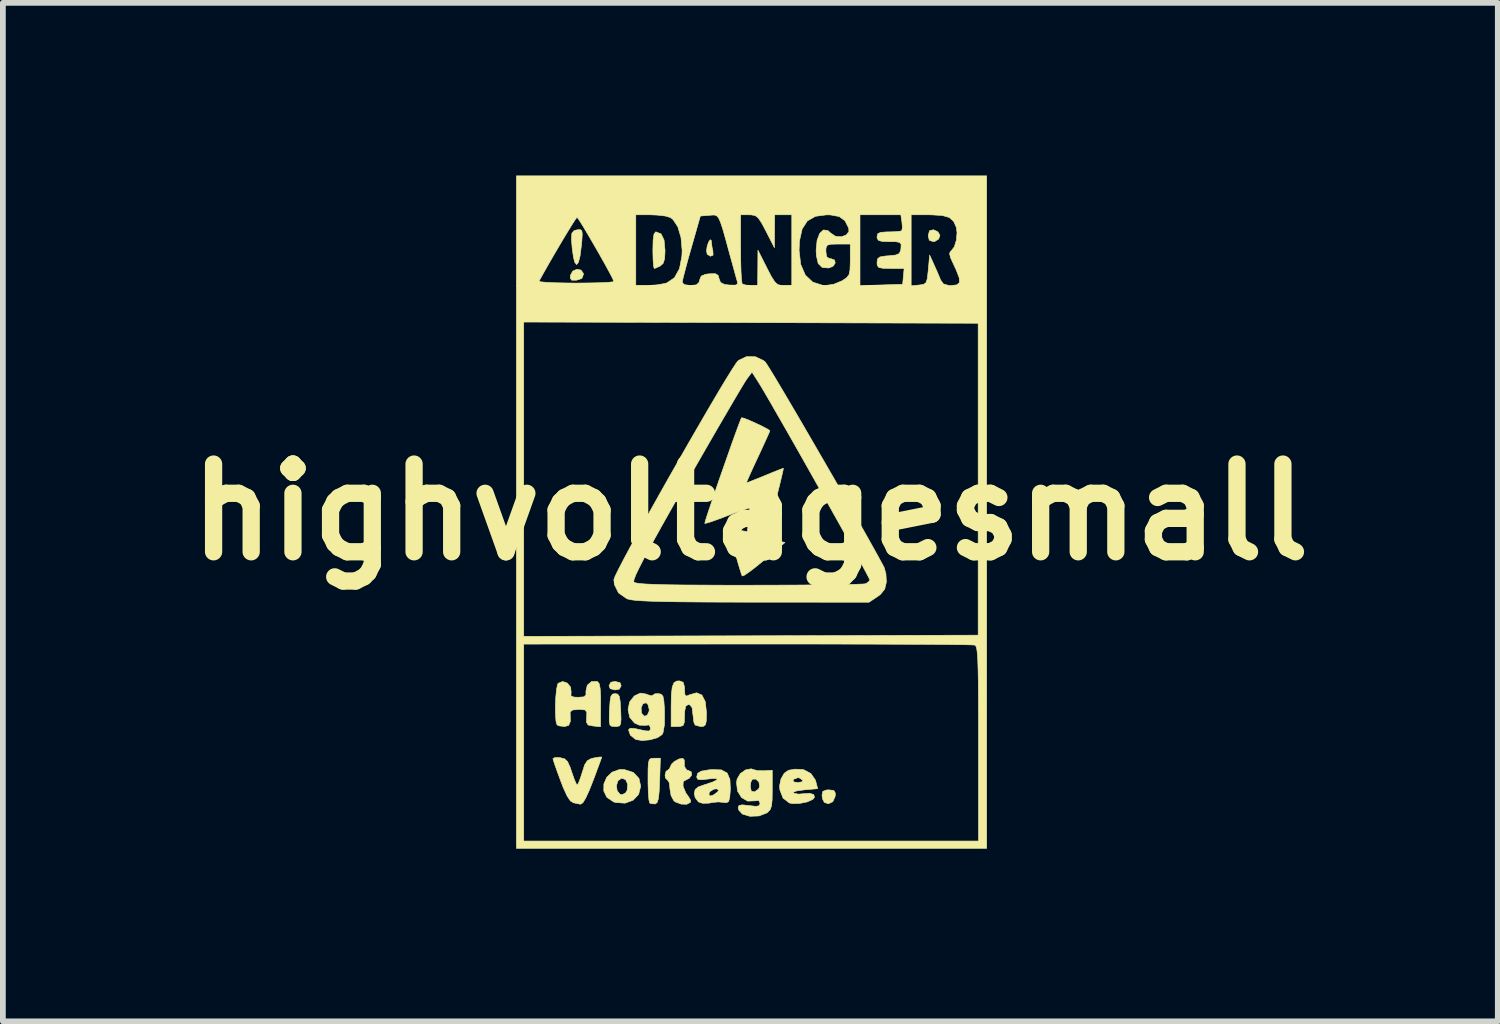
<source format=kicad_pcb>
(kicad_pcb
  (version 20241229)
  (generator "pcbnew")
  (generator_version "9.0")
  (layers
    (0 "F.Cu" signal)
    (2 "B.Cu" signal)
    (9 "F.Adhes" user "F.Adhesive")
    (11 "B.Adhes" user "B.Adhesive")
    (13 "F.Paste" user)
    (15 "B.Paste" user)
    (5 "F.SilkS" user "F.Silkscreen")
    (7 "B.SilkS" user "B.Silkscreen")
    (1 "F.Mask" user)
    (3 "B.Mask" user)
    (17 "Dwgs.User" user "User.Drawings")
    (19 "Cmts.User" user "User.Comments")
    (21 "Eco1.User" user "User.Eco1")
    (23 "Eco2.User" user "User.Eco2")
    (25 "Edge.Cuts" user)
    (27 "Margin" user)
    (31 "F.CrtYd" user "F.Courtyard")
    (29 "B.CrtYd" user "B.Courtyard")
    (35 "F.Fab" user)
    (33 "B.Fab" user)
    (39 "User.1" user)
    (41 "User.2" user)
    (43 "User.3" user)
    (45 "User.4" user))
  (footprint "highvoltagesmall"
    (layer "F.Cu")
    (at 9.986 5.847)
    (property "Reference" "highvoltagesmall" (at 0 0 0) (layer "F.SilkS") (effects (font (size 1.524 1.524) (thickness 0.3))))
    (attr through_hole)
    (fp_poly (pts (xy -2.264 2.964) (xy -2.244 3.016) (xy -2.276 3.076) (xy -2.349 3.09) (xy -2.435 3.068) (xy -2.455 3.016) (xy -2.423 2.956) (xy -2.349 2.942) (xy -2.264 2.964)) (stroke (width 0.01) (type solid)) (fill yes) (layer "F.SilkS"))
    (fp_poly (pts (xy 3.255 -4.872) (xy 3.294 -4.811) (xy 3.272 -4.744) (xy 3.204 -4.702) (xy 3.176 -4.699) (xy 3.109 -4.723) (xy 3.09 -4.805) (xy 3.114 -4.89) (xy 3.183 -4.905) (xy 3.255 -4.872)) (stroke (width 0.01) (type solid)) (fill yes) (layer "F.SilkS"))
    (fp_poly (pts (xy -2.942 -4.205) (xy -2.901 -4.147) (xy -2.9 -4.128) (xy -2.927 -4.059) (xy -3.019 -4.029) (xy -3.02 -4.029) (xy -3.104 -4.029) (xy -3.129 -4.067) (xy -3.125 -4.114) (xy -3.086 -4.187) (xy -3.014 -4.218) (xy -2.942 -4.205)) (stroke (width 0.01) (type solid)) (fill yes) (layer "F.SilkS"))
    (fp_poly (pts (xy -0.68 -4.722) (xy -0.677 -4.699) (xy -0.666 -4.607) (xy -0.651 -4.54) (xy -0.647 -4.465) (xy -0.694 -4.445) (xy -0.75 -4.481) (xy -0.761 -4.54) (xy -0.75 -4.62) (xy -0.725 -4.691) (xy -0.698 -4.732) (xy -0.68 -4.722)) (stroke (width 0.01) (type solid)) (fill yes) (layer "F.SilkS"))
    (fp_poly (pts (xy 1.451 4.836) (xy 1.477 4.883) (xy 1.474 4.939) (xy 1.433 5.031) (xy 1.357 5.067) (xy 1.286 5.044) (xy 1.255 4.984) (xy 1.245 4.921) (xy 1.259 4.852) (xy 1.323 4.828) (xy 1.365 4.826) (xy 1.451 4.836)) (stroke (width 0.01) (type solid)) (fill yes) (layer "F.SilkS"))
    (fp_poly (pts (xy -2.928 -4.89) (xy -2.92 -4.831) (xy -2.927 -4.714) (xy -2.935 -4.632) (xy -2.958 -4.45) (xy -2.987 -4.338) (xy -3.018 -4.3) (xy -3.05 -4.339) (xy -3.073 -4.429) (xy -3.095 -4.582) (xy -3.107 -4.733) (xy -3.108 -4.741) (xy -3.101 -4.844) (xy -3.063 -4.89) (xy -3.01 -4.904) (xy -2.956 -4.908) (xy -2.928 -4.89)) (stroke (width 0.01) (type solid)) (fill yes) (layer "F.SilkS"))
    (fp_poly (pts (xy -1.55 -4.833) (xy -1.499 -4.726) (xy -1.482 -4.544) (xy -1.482 -4.544) (xy -1.489 -4.402) (xy -1.515 -4.321) (xy -1.564 -4.277) (xy -1.639 -4.242) (xy -1.669 -4.233) (xy -1.681 -4.272) (xy -1.689 -4.375) (xy -1.693 -4.521) (xy -1.693 -4.551) (xy -1.689 -4.726) (xy -1.674 -4.828) (xy -1.647 -4.867) (xy -1.638 -4.868) (xy -1.55 -4.833)) (stroke (width 0.01) (type solid)) (fill yes) (layer "F.SilkS"))
    (fp_poly (pts (xy -2.304 3.163) (xy -2.276 3.203) (xy -2.261 3.292) (xy -2.252 3.44) (xy -2.247 3.591) (xy -2.252 3.676) (xy -2.274 3.715) (xy -2.32 3.725) (xy -2.349 3.725) (xy -2.407 3.722) (xy -2.439 3.698) (xy -2.451 3.636) (xy -2.45 3.517) (xy -2.447 3.44) (xy -2.437 3.287) (xy -2.422 3.2) (xy -2.394 3.162) (xy -2.349 3.154) (xy -2.304 3.163)) (stroke (width 0.01) (type solid)) (fill yes) (layer "F.SilkS"))
    (fp_poly (pts (xy -1.575 4.667) (xy -1.584 4.858) (xy -1.598 4.98) (xy -1.619 5.045) (xy -1.651 5.07) (xy -1.653 5.07) (xy -1.728 5.065) (xy -1.748 5.053) (xy -1.762 5) (xy -1.772 4.883) (xy -1.777 4.724) (xy -1.778 4.65) (xy -1.777 4.471) (xy -1.771 4.361) (xy -1.756 4.303) (xy -1.727 4.28) (xy -1.678 4.276) (xy -1.671 4.276) (xy -1.563 4.276) (xy -1.575 4.667)) (stroke (width 0.01) (type solid)) (fill yes) (layer "F.SilkS"))
    (fp_poly (pts (xy -2.193 4.472) (xy -2.033 4.523) (xy -1.935 4.627) (xy -1.905 4.763) (xy -1.941 4.905) (xy -2.038 5.006) (xy -2.177 5.057) (xy -2.34 5.045) (xy -2.378 5.033) (xy -2.493 4.955) (xy -2.546 4.846) (xy -2.545 4.752) (xy -2.326 4.752) (xy -2.314 4.841) (xy -2.265 4.901) (xy -2.227 4.911) (xy -2.164 4.876) (xy -2.14 4.832) (xy -2.131 4.726) (xy -2.167 4.648) (xy -2.234 4.623) (xy -2.238 4.623) (xy -2.301 4.669) (xy -2.326 4.752) (xy -2.545 4.752) (xy -2.545 4.724) (xy -2.495 4.608) (xy -2.402 4.518) (xy -2.273 4.472) (xy -2.193 4.472)) (stroke (width 0.01) (type solid)) (fill yes) (layer "F.SilkS"))
    (fp_poly (pts (xy -1.148 4.307) (xy -1.148 4.307) (xy -1.146 4.419) (xy -1.105 4.481) (xy -1.079 4.487) (xy -1.025 4.514) (xy -1.021 4.571) (xy -1.064 4.627) (xy -1.104 4.645) (xy -1.166 4.681) (xy -1.169 4.756) (xy -1.165 4.773) (xy -1.12 4.881) (xy -1.077 4.94) (xy -1.037 5.007) (xy -1.039 5.041) (xy -1.104 5.076) (xy -1.204 5.073) (xy -1.301 5.036) (xy -1.33 5.013) (xy -1.377 4.926) (xy -1.397 4.807) (xy -1.397 4.802) (xy -1.408 4.705) (xy -1.434 4.658) (xy -1.439 4.657) (xy -1.474 4.621) (xy -1.482 4.572) (xy -1.464 4.503) (xy -1.439 4.487) (xy -1.399 4.454) (xy -1.397 4.439) (xy -1.367 4.377) (xy -1.323 4.335) (xy -1.24 4.289) (xy -1.172 4.278) (xy -1.148 4.307)) (stroke (width 0.01) (type solid)) (fill yes) (layer "F.SilkS"))
    (fp_poly (pts (xy -1.167 2.957) (xy -1.145 3.033) (xy -1.143 3.08) (xy -1.137 3.172) (xy -1.111 3.197) (xy -1.061 3.176) (xy -0.935 3.139) (xy -0.842 3.178) (xy -0.783 3.293) (xy -0.762 3.48) (xy -0.762 3.496) (xy -0.765 3.628) (xy -0.78 3.696) (xy -0.816 3.722) (xy -0.868 3.725) (xy -0.958 3.7) (xy -0.981 3.651) (xy -0.993 3.548) (xy -0.998 3.514) (xy -1.009 3.42) (xy -1.012 3.397) (xy -1.05 3.35) (xy -1.079 3.344) (xy -1.121 3.369) (xy -1.14 3.454) (xy -1.143 3.535) (xy -1.147 3.652) (xy -1.168 3.708) (xy -1.221 3.724) (xy -1.259 3.725) (xy -1.376 3.725) (xy -1.376 3.376) (xy -1.372 3.172) (xy -1.357 3.04) (xy -1.327 2.965) (xy -1.277 2.935) (xy -1.227 2.933) (xy -1.167 2.957)) (stroke (width 0.01) (type solid)) (fill yes) (layer "F.SilkS"))
    (fp_poly (pts (xy -2.582 4.256) (xy -2.596 4.299) (xy -2.633 4.401) (xy -2.687 4.546) (xy -2.715 4.621) (xy -2.798 4.833) (xy -2.862 4.972) (xy -2.91 5.05) (xy -2.95 5.075) (xy -2.958 5.074) (xy -3.017 5.062) (xy -3.071 5.051) (xy -3.125 5.019) (xy -3.182 4.935) (xy -3.25 4.787) (xy -3.293 4.675) (xy -3.353 4.513) (xy -3.4 4.38) (xy -3.426 4.298) (xy -3.429 4.282) (xy -3.393 4.264) (xy -3.306 4.266) (xy -3.303 4.267) (xy -3.226 4.287) (xy -3.174 4.337) (xy -3.13 4.436) (xy -3.104 4.513) (xy -3.061 4.637) (xy -3.025 4.72) (xy -3.008 4.741) (xy -2.984 4.704) (xy -2.948 4.609) (xy -2.92 4.521) (xy -2.878 4.39) (xy -2.832 4.319) (xy -2.766 4.283) (xy -2.72 4.272) (xy -2.627 4.256) (xy -2.583 4.255) (xy -2.582 4.256)) (stroke (width 0.01) (type solid)) (fill yes) (layer "F.SilkS"))
    (fp_poly (pts (xy 0.924 4.474) (xy 1.052 4.542) (xy 1.13 4.655) (xy 1.135 4.671) (xy 1.17 4.805) (xy 0.934 4.826) (xy 0.805 4.844) (xy 0.747 4.865) (xy 0.752 4.882) (xy 0.832 4.9) (xy 0.922 4.893) (xy 1.033 4.885) (xy 1.103 4.909) (xy 1.114 4.956) (xy 1.085 4.991) (xy 0.989 5.035) (xy 0.854 5.062) (xy 0.725 5.063) (xy 0.677 5.053) (xy 0.568 4.968) (xy 0.513 4.826) (xy 0.508 4.757) (xy 0.528 4.657) (xy 0.741 4.657) (xy 0.756 4.688) (xy 0.826 4.699) (xy 0.899 4.686) (xy 0.91 4.657) (xy 0.849 4.617) (xy 0.826 4.614) (xy 0.754 4.641) (xy 0.741 4.657) (xy 0.528 4.657) (xy 0.532 4.637) (xy 0.59 4.536) (xy 0.664 4.485) (xy 0.67 4.484) (xy 0.732 4.474) (xy 0.776 4.466) (xy 0.924 4.474)) (stroke (width 0.01) (type solid)) (fill yes) (layer "F.SilkS"))
    (fp_poly (pts (xy -0.503 4.479) (xy -0.402 4.534) (xy -0.354 4.647) (xy -0.347 4.819) (xy -0.358 4.955) (xy -0.376 5.025) (xy -0.411 5.048) (xy -0.445 5.046) (xy -0.554 5.035) (xy -0.653 5.044) (xy -0.72 5.057) (xy -0.83 5.059) (xy -0.9 5.036) (xy -0.958 4.961) (xy -0.972 4.896) (xy -0.72 4.896) (xy -0.704 4.934) (xy -0.643 4.915) (xy -0.635 4.911) (xy -0.568 4.861) (xy -0.55 4.828) (xy -0.584 4.808) (xy -0.635 4.814) (xy -0.704 4.857) (xy -0.72 4.896) (xy -0.972 4.896) (xy -0.974 4.889) (xy -0.958 4.819) (xy -0.899 4.772) (xy -0.794 4.736) (xy -0.653 4.689) (xy -0.581 4.653) (xy -0.581 4.631) (xy -0.656 4.628) (xy -0.73 4.637) (xy -0.853 4.65) (xy -0.913 4.642) (xy -0.931 4.606) (xy -0.931 4.597) (xy -0.914 4.537) (xy -0.853 4.501) (xy -0.729 4.479) (xy -0.664 4.473) (xy -0.503 4.479)) (stroke (width 0.01) (type solid)) (fill yes) (layer "F.SilkS"))
    (fp_poly (pts (xy -2.657 2.944) (xy -2.627 2.978) (xy -2.609 3.062) (xy -2.601 3.208) (xy -2.601 3.348) (xy -2.603 3.729) (xy -2.731 3.716) (xy -2.817 3.699) (xy -2.847 3.652) (xy -2.844 3.567) (xy -2.841 3.476) (xy -2.871 3.437) (xy -2.959 3.429) (xy -2.984 3.429) (xy -3.088 3.438) (xy -3.129 3.471) (xy -3.13 3.503) (xy -3.127 3.636) (xy -3.156 3.705) (xy -3.224 3.725) (xy -3.231 3.725) (xy -3.32 3.714) (xy -3.358 3.697) (xy -3.376 3.637) (xy -3.385 3.519) (xy -3.387 3.369) (xy -3.38 3.214) (xy -3.367 3.079) (xy -3.348 2.991) (xy -3.339 2.975) (xy -3.26 2.943) (xy -3.18 2.971) (xy -3.122 3.042) (xy -3.113 3.135) (xy -3.115 3.143) (xy -3.116 3.194) (xy -3.063 3.214) (xy -2.991 3.217) (xy -2.893 3.21) (xy -2.856 3.178) (xy -2.856 3.11) (xy -2.833 3.008) (xy -2.759 2.944) (xy -2.66 2.943) (xy -2.657 2.944)) (stroke (width 0.01) (type solid)) (fill yes) (layer "F.SilkS"))
    (fp_poly (pts (xy 0.055 4.474) (xy 0.128 4.492) (xy 0.238 4.494) (xy 0.242 4.494) (xy 0.381 4.485) (xy 0.381 4.822) (xy 0.379 4.995) (xy 0.368 5.104) (xy 0.344 5.17) (xy 0.302 5.215) (xy 0.287 5.226) (xy 0.151 5.279) (xy -0.008 5.285) (xy -0.138 5.246) (xy -0.199 5.18) (xy -0.212 5.137) (xy -0.197 5.097) (xy -0.14 5.086) (xy -0.021 5.099) (xy 0.097 5.112) (xy 0.154 5.101) (xy 0.169 5.062) (xy 0.169 5.059) (xy 0.147 5.01) (xy 0.085 5.016) (xy -0.046 5.021) (xy -0.153 4.959) (xy -0.223 4.846) (xy -0.232 4.768) (xy 0 4.768) (xy 0.016 4.847) (xy 0.072 4.861) (xy 0.074 4.86) (xy 0.143 4.812) (xy 0.162 4.767) (xy 0.149 4.689) (xy 0.095 4.638) (xy 0.034 4.641) (xy 0.008 4.695) (xy 0 4.768) (xy -0.232 4.768) (xy -0.24 4.701) (xy -0.23 4.639) (xy -0.175 4.544) (xy -0.083 4.479) (xy 0.014 4.46) (xy 0.055 4.474)) (stroke (width 0.01) (type solid)) (fill yes) (layer "F.SilkS"))
    (fp_poly (pts (xy -1.819 3.159) (xy -1.797 3.168) (xy -1.722 3.192) (xy -1.693 3.181) (xy -1.658 3.157) (xy -1.598 3.154) (xy -1.549 3.164) (xy -1.519 3.197) (xy -1.503 3.272) (xy -1.493 3.407) (xy -1.491 3.475) (xy -1.492 3.692) (xy -1.516 3.829) (xy -1.534 3.866) (xy -1.614 3.919) (xy -1.741 3.956) (xy -1.878 3.969) (xy -1.989 3.951) (xy -1.99 3.951) (xy -2.084 3.876) (xy -2.116 3.783) (xy -2.088 3.755) (xy -1.995 3.763) (xy -1.958 3.771) (xy -1.83 3.799) (xy -1.764 3.804) (xy -1.739 3.784) (xy -1.736 3.744) (xy -1.759 3.698) (xy -1.822 3.705) (xy -1.929 3.702) (xy -2.013 3.664) (xy -2.096 3.565) (xy -2.124 3.433) (xy -2.117 3.397) (xy -1.897 3.397) (xy -1.892 3.486) (xy -1.888 3.496) (xy -1.843 3.546) (xy -1.792 3.53) (xy -1.759 3.461) (xy -1.757 3.429) (xy -1.777 3.345) (xy -1.81 3.313) (xy -1.865 3.328) (xy -1.897 3.397) (xy -2.117 3.397) (xy -2.098 3.299) (xy -2.017 3.196) (xy -2.009 3.191) (xy -1.911 3.145) (xy -1.819 3.159)) (stroke (width 0.01) (type solid)) (fill yes) (layer "F.SilkS"))
    (fp_poly (pts (xy -0.11 -1.631) (xy -0.019 -1.595) (xy 0.097 -1.543) (xy 0.213 -1.488) (xy 0.301 -1.441) (xy 0.339 -1.414) (xy 0.339 -1.413) (xy 0.322 -1.369) (xy 0.275 -1.265) (xy 0.207 -1.116) (xy 0.13 -0.95) (xy 0.049 -0.777) (xy -0.015 -0.635) (xy -0.056 -0.541) (xy -0.066 -0.508) (xy -0.024 -0.523) (xy 0.076 -0.563) (xy 0.216 -0.619) (xy 0.254 -0.635) (xy 0.4 -0.695) (xy 0.512 -0.739) (xy 0.57 -0.761) (xy 0.574 -0.762) (xy 0.568 -0.724) (xy 0.544 -0.618) (xy 0.506 -0.46) (xy 0.457 -0.265) (xy 0.441 -0.204) (xy 0.388 0.004) (xy 0.344 0.185) (xy 0.312 0.321) (xy 0.297 0.395) (xy 0.296 0.402) (xy 0.333 0.443) (xy 0.424 0.483) (xy 0.449 0.49) (xy 0.601 0.529) (xy 0.239 0.835) (xy 0.093 0.954) (xy -0.028 1.046) (xy -0.111 1.101) (xy -0.142 1.11) (xy -0.161 1.058) (xy -0.196 0.945) (xy -0.24 0.793) (xy -0.254 0.743) (xy -0.301 0.579) (xy -0.341 0.442) (xy -0.368 0.356) (xy -0.371 0.345) (xy -0.372 0.308) (xy -0.321 0.299) (xy -0.224 0.311) (xy -0.054 0.338) (xy -0.027 0.141) (xy -0.013 0.022) (xy -0.01 -0.055) (xy -0.013 -0.07) (xy -0.055 -0.061) (xy -0.159 -0.027) (xy -0.305 0.027) (xy -0.401 0.064) (xy -0.564 0.126) (xy -0.695 0.172) (xy -0.775 0.195) (xy -0.791 0.196) (xy -0.782 0.155) (xy -0.748 0.048) (xy -0.695 -0.111) (xy -0.628 -0.309) (xy -0.552 -0.532) (xy -0.47 -0.766) (xy -0.389 -0.997) (xy -0.313 -1.213) (xy -0.246 -1.398) (xy -0.194 -1.539) (xy -0.161 -1.623) (xy -0.152 -1.64) (xy -0.11 -1.631)) (stroke (width 0.01) (type solid)) (fill yes) (layer "F.SilkS"))
    (fp_poly (pts (xy 0.09 -2.699) (xy 0.232 -2.631) (xy 0.259 -2.608) (xy 0.294 -2.557) (xy 0.366 -2.442) (xy 0.469 -2.271) (xy 0.599 -2.052) (xy 0.75 -1.796) (xy 0.917 -1.51) (xy 1.095 -1.204) (xy 1.279 -0.886) (xy 1.464 -0.566) (xy 1.644 -0.251) (xy 1.815 0.048) (xy 1.972 0.324) (xy 2.108 0.567) (xy 2.22 0.768) (xy 2.302 0.919) (xy 2.326 0.965) (xy 2.356 1.074) (xy 2.363 1.207) (xy 2.363 1.218) (xy 2.334 1.34) (xy 2.258 1.432) (xy 2.206 1.47) (xy 2.062 1.566) (xy 0.025 1.565) (xy -0.464 1.564) (xy -0.875 1.562) (xy -1.215 1.559) (xy -1.49 1.555) (xy -1.708 1.549) (xy -1.874 1.542) (xy -1.997 1.533) (xy -2.082 1.522) (xy -2.136 1.508) (xy -2.145 1.505) (xy -2.29 1.404) (xy -2.362 1.259) (xy -2.367 1.212) (xy -2.026 1.212) (xy -2.024 1.216) (xy -1.996 1.229) (xy -1.932 1.24) (xy -1.825 1.249) (xy -1.669 1.256) (xy -1.459 1.262) (xy -1.187 1.266) (xy -0.849 1.268) (xy -0.437 1.27) (xy -0.019 1.27) (xy 0.382 1.269) (xy 0.758 1.268) (xy 1.101 1.265) (xy 1.402 1.262) (xy 1.652 1.258) (xy 1.842 1.254) (xy 1.964 1.249) (xy 2.007 1.244) (xy 2.066 1.2) (xy 2.074 1.174) (xy 2.054 1.131) (xy 1.997 1.023) (xy 1.908 0.859) (xy 1.792 0.648) (xy 1.654 0.4) (xy 1.499 0.122) (xy 1.332 -0.175) (xy 1.158 -0.483) (xy 0.983 -0.794) (xy 0.811 -1.098) (xy 0.647 -1.386) (xy 0.496 -1.649) (xy 0.364 -1.879) (xy 0.255 -2.067) (xy 0.174 -2.203) (xy 0.136 -2.264) (xy 0.029 -2.432) (xy -0.06 -2.314) (xy -0.099 -2.254) (xy -0.175 -2.128) (xy -0.283 -1.945) (xy -0.42 -1.711) (xy -0.58 -1.437) (xy -0.758 -1.128) (xy -0.95 -0.794) (xy -1.109 -0.518) (xy -1.35 -0.094) (xy -1.55 0.261) (xy -1.712 0.553) (xy -1.838 0.785) (xy -1.929 0.963) (xy -1.99 1.09) (xy -2.021 1.172) (xy -2.026 1.212) (xy -2.367 1.212) (xy -2.371 1.173) (xy -2.35 1.116) (xy -2.291 0.995) (xy -2.2 0.819) (xy -2.08 0.595) (xy -1.937 0.333) (xy -1.776 0.042) (xy -1.601 -0.271) (xy -1.418 -0.596) (xy -1.231 -0.924) (xy -1.046 -1.247) (xy -0.867 -1.556) (xy -0.7 -1.843) (xy -0.549 -2.099) (xy -0.419 -2.315) (xy -0.315 -2.482) (xy -0.242 -2.593) (xy -0.207 -2.635) (xy -0.067 -2.701) (xy 0.09 -2.699)) (stroke (width 0.01) (type solid)) (fill yes) (layer "F.SilkS"))
    (fp_poly (pts (xy 4.106 5.842) (xy -4.064 5.842) (xy -4.064 2.293) (xy -3.937 2.293) (xy -3.937 5.715) (xy 3.964 5.715) (xy 3.964 4.022) (xy 3.964 3.595) (xy 3.963 3.246) (xy 3.961 2.965) (xy 3.957 2.747) (xy 3.952 2.583) (xy 3.945 2.465) (xy 3.935 2.386) (xy 3.923 2.339) (xy 3.909 2.316) (xy 3.898 2.31) (xy 3.846 2.307) (xy 3.717 2.304) (xy 3.514 2.302) (xy 3.245 2.299) (xy 2.916 2.297) (xy 2.532 2.296) (xy 2.1 2.294) (xy 1.626 2.293) (xy 1.115 2.292) (xy 0.574 2.292) (xy 0.009 2.292) (xy -0.053 2.292) (xy -3.937 2.293) (xy -4.064 2.293) (xy -4.064 2.159) (xy -3.937 2.159) (xy 0.011 2.149) (xy 3.958 2.138) (xy 3.958 -3.281) (xy 0.011 -3.292) (xy -3.937 -3.302) (xy -3.937 2.159) (xy -4.064 2.159) (xy -4.064 -4.011) (xy -3.671 -4.011) (xy -3.637 -4) (xy -3.532 -3.991) (xy -3.371 -3.984) (xy -3.166 -3.98) (xy -3.029 -3.979) (xy -2.804 -3.981) (xy -2.612 -3.985) (xy -2.467 -3.992) (xy -2.385 -4.001) (xy -2.371 -4.006) (xy -2.39 -4.054) (xy -2.444 -4.158) (xy -2.522 -4.301) (xy -2.616 -4.468) (xy -2.717 -4.644) (xy -2.815 -4.812) (xy -2.902 -4.958) (xy -2.969 -5.065) (xy -3.007 -5.119) (xy -3.011 -5.122) (xy -3.038 -5.087) (xy -3.098 -4.994) (xy -3.182 -4.857) (xy -3.282 -4.691) (xy -3.389 -4.509) (xy -3.494 -4.328) (xy -3.589 -4.161) (xy -3.665 -4.024) (xy -3.671 -4.011) (xy -4.064 -4.011) (xy -4.064 -5.165) (xy -1.99 -5.165) (xy -1.99 -3.937) (xy -1.784 -3.937) (xy -1.63 -3.947) (xy -1.488 -3.971) (xy -1.449 -3.982) (xy -1.438 -3.99) (xy -1.184 -3.99) (xy -1.147 -3.952) (xy -1.044 -3.937) (xy -1.04 -3.937) (xy -0.937 -3.948) (xy -0.891 -3.991) (xy -0.881 -4.032) (xy -0.854 -4.1) (xy -0.78 -4.132) (xy -0.712 -4.14) (xy -0.607 -4.142) (xy -0.559 -4.113) (xy -0.543 -4.056) (xy -0.517 -3.989) (xy -0.449 -3.956) (xy -0.367 -3.945) (xy -0.263 -3.942) (xy -0.223 -3.961) (xy -0.227 -4.008) (xy -0.248 -4.081) (xy -0.284 -4.213) (xy -0.331 -4.383) (xy -0.36 -4.487) (xy -0.428 -4.738) (xy -0.479 -4.918) (xy -0.519 -5.039) (xy -0.553 -5.113) (xy -0.588 -5.15) (xy -0.629 -5.162) (xy -0.682 -5.159) (xy -0.713 -5.156) (xy -0.868 -5.144) (xy -1.025 -4.593) (xy -1.084 -4.387) (xy -1.132 -4.207) (xy -1.167 -4.072) (xy -1.183 -3.997) (xy -1.184 -3.99) (xy -1.438 -3.99) (xy -1.319 -4.071) (xy -1.231 -4.229) (xy -1.189 -4.449) (xy -1.185 -4.548) (xy -1.205 -4.772) (xy -1.26 -4.957) (xy -1.344 -5.084) (xy -1.391 -5.119) (xy -1.478 -5.144) (xy -1.616 -5.16) (xy -1.733 -5.165) (xy -0.169 -5.165) (xy -0.169 -4.579) (xy -0.167 -4.364) (xy -0.162 -4.181) (xy -0.154 -4.045) (xy -0.144 -3.972) (xy -0.141 -3.965) (xy -0.082 -3.945) (xy 0.007 -3.937) (xy 0.127 -3.937) (xy 0.13 -4.244) (xy 0.132 -4.551) (xy 0.287 -4.244) (xy 0.366 -4.091) (xy 0.425 -4) (xy 0.476 -3.954) (xy 0.536 -3.938) (xy 0.581 -3.937) (xy 0.72 -3.937) (xy 0.72 -4.546) (xy 0.847 -4.546) (xy 0.875 -4.303) (xy 0.955 -4.118) (xy 1.085 -3.995) (xy 1.259 -3.94) (xy 1.311 -3.937) (xy 1.452 -3.96) (xy 1.591 -4.017) (xy 1.598 -4.021) (xy 1.672 -4.071) (xy 1.714 -4.124) (xy 1.731 -4.205) (xy 1.736 -4.34) (xy 1.736 -4.381) (xy 1.736 -4.657) (xy 1.524 -4.657) (xy 1.399 -4.654) (xy 1.336 -4.637) (xy 1.315 -4.592) (xy 1.312 -4.53) (xy 1.325 -4.437) (xy 1.374 -4.404) (xy 1.4 -4.403) (xy 1.465 -4.379) (xy 1.474 -4.325) (xy 1.434 -4.269) (xy 1.362 -4.241) (xy 1.25 -4.249) (xy 1.179 -4.319) (xy 1.147 -4.458) (xy 1.143 -4.553) (xy 1.16 -4.723) (xy 1.205 -4.842) (xy 1.27 -4.902) (xy 1.347 -4.892) (xy 1.397 -4.847) (xy 1.48 -4.792) (xy 1.578 -4.783) (xy 1.664 -4.813) (xy 1.713 -4.874) (xy 1.709 -4.935) (xy 1.643 -5.063) (xy 1.544 -5.135) (xy 1.392 -5.163) (xy 1.327 -5.165) (xy 1.905 -5.165) (xy 1.905 -3.934) (xy 2.275 -3.946) (xy 2.646 -3.958) (xy 2.659 -4.096) (xy 2.672 -4.233) (xy 2.437 -4.233) (xy 2.302 -4.236) (xy 2.232 -4.25) (xy 2.205 -4.285) (xy 2.201 -4.337) (xy 2.21 -4.4) (xy 2.251 -4.433) (xy 2.346 -4.449) (xy 2.402 -4.453) (xy 2.525 -4.466) (xy 2.587 -4.492) (xy 2.612 -4.547) (xy 2.617 -4.583) (xy 2.62 -4.651) (xy 2.595 -4.686) (xy 2.523 -4.698) (xy 2.416 -4.699) (xy 2.288 -4.703) (xy 2.224 -4.722) (xy 2.202 -4.763) (xy 2.201 -4.784) (xy 2.213 -4.835) (xy 2.262 -4.86) (xy 2.368 -4.868) (xy 2.406 -4.868) (xy 2.53 -4.872) (xy 2.613 -4.882) (xy 2.631 -4.889) (xy 2.641 -4.942) (xy 2.634 -5.037) (xy 2.615 -5.165) (xy 2.794 -5.165) (xy 2.794 -3.932) (xy 2.932 -3.945) (xy 3.008 -3.956) (xy 3.051 -3.985) (xy 3.074 -4.053) (xy 3.089 -4.181) (xy 3.092 -4.212) (xy 3.115 -4.466) (xy 3.192 -4.297) (xy 3.25 -4.167) (xy 3.297 -4.055) (xy 3.306 -4.032) (xy 3.354 -3.964) (xy 3.446 -3.938) (xy 3.491 -3.937) (xy 3.588 -3.948) (xy 3.633 -3.988) (xy 3.629 -4.071) (xy 3.577 -4.206) (xy 3.535 -4.296) (xy 3.478 -4.421) (xy 3.461 -4.493) (xy 3.479 -4.532) (xy 3.492 -4.54) (xy 3.544 -4.609) (xy 3.58 -4.726) (xy 3.591 -4.857) (xy 3.578 -4.949) (xy 3.531 -5.053) (xy 3.456 -5.119) (xy 3.336 -5.153) (xy 3.155 -5.164) (xy 3.108 -5.165) (xy 2.794 -5.165) (xy 2.615 -5.165) (xy 1.905 -5.165) (xy 1.327 -5.165) (xy 1.132 -5.139) (xy 0.991 -5.059) (xy 0.9 -4.919) (xy 0.854 -4.712) (xy 0.847 -4.546) (xy 0.72 -4.546) (xy 0.72 -5.165) (xy 0.423 -5.165) (xy 0.419 -4.593) (xy 0.273 -4.879) (xy 0.195 -5.025) (xy 0.138 -5.11) (xy 0.085 -5.151) (xy 0.019 -5.164) (xy -0.022 -5.165) (xy -0.169 -5.165) (xy -1.733 -5.165) (xy -1.99 -5.165) (xy -4.064 -5.165) (xy -4.064 -5.842) (xy 4.106 -5.842) (xy 4.106 5.842)) (stroke (width 0.01) (type solid)) (fill yes) (layer "F.SilkS")))
  (gr_rect
    (start -3 -3)
    (end 22.972 14.694)
    (stroke (width 0.1) (type default))
    (fill no)
    (layer "Edge.Cuts")))
</source>
